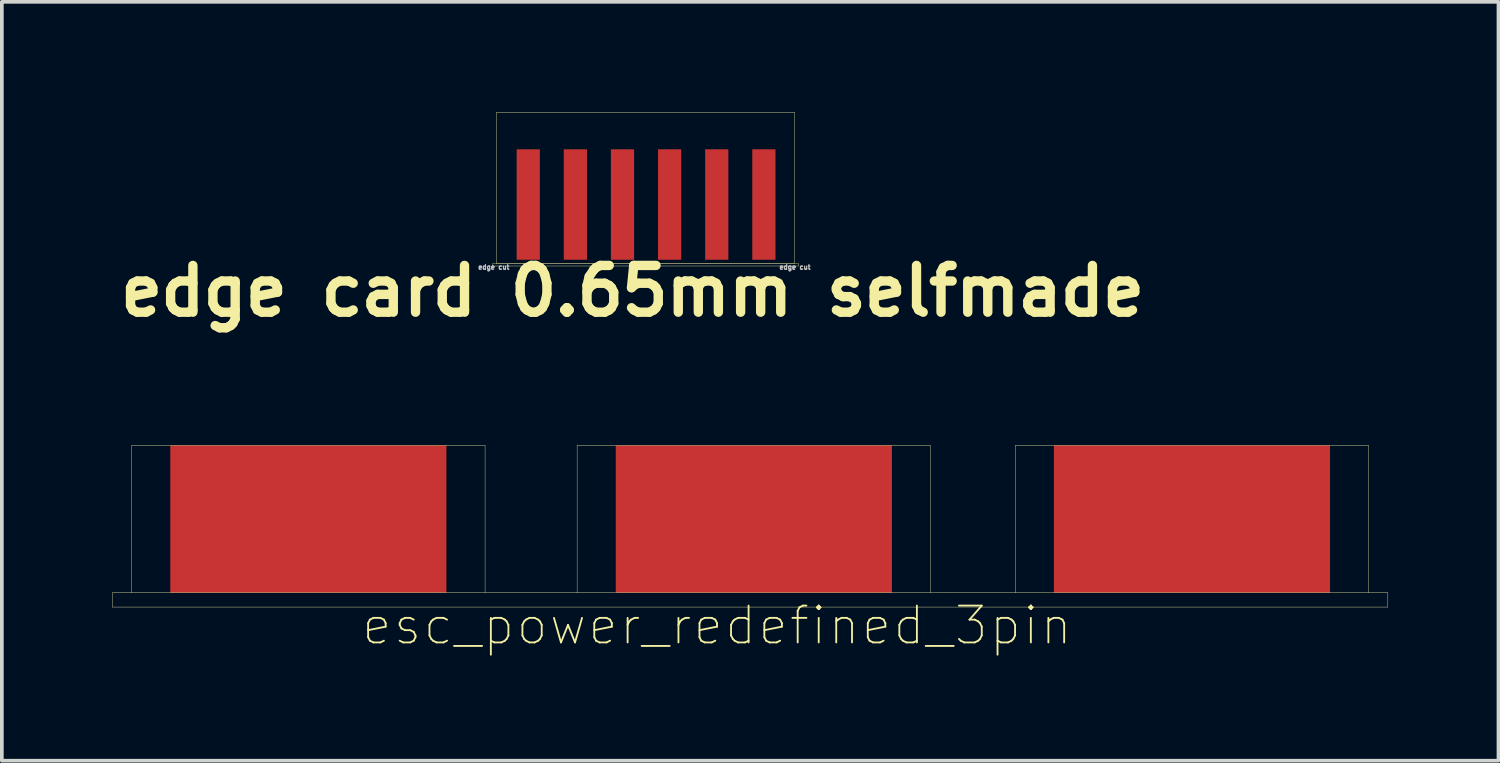
<source format=kicad_pcb>
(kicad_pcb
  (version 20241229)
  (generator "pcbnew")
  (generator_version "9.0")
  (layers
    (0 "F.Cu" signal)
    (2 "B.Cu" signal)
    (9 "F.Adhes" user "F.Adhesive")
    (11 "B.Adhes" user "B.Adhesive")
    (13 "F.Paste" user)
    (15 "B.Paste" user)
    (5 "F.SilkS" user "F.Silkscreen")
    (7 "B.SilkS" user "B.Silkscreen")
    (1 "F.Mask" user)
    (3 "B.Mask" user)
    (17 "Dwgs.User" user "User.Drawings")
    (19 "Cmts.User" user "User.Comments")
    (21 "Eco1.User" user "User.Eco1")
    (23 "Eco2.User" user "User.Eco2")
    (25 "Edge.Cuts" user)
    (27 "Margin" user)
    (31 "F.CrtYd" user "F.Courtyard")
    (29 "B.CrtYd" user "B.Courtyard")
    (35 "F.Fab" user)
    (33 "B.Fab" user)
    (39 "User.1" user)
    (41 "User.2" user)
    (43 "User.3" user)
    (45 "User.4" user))
  (footprint "esc_power_redefined_3pin"
    (layer "F.Cu")
    (at 0.525 13.049)
    (property "Reference" "esc_power_redefined_3pin" (at 15.9 0.89 0) (layer "F.SilkS") (effects (font (size 1 1) (thickness 0.05))))
    (attr through_hole)
    (fp_line (start -0.52 0) (end -0.52 0.39) (stroke (width 0.01) (type solid)) (layer "F.SilkS"))
    (fp_line (start 0 -4) (end 0 0) (stroke (width 0.01) (type solid)) (layer "F.SilkS"))
    (fp_line (start 0 0) (end -0.52 0) (stroke (width 0.01) (type solid)) (layer "F.SilkS"))
    (fp_line (start 0 0) (end 10.1 0) (stroke (width 0.01) (type solid)) (layer "F.SilkS"))
    (fp_line (start 9.6 -4) (end 0 -4) (stroke (width 0.01) (type solid)) (layer "F.SilkS"))
    (fp_line (start 9.6 0) (end 9.6 -4) (stroke (width 0.01) (type solid)) (layer "F.SilkS"))
    (fp_line (start 10.1 0) (end 12.1 0) (stroke (width 0.01) (type solid)) (layer "F.SilkS"))
    (fp_line (start 12.1 -4) (end 21.7 -4) (stroke (width 0.01) (type solid)) (layer "F.SilkS"))
    (fp_line (start 12.1 0) (end 12.1 -4) (stroke (width 0.01) (type solid)) (layer "F.SilkS"))
    (fp_line (start 12.1 0) (end 22.2 0) (stroke (width 0.01) (type solid)) (layer "F.SilkS"))
    (fp_line (start 21.7 0) (end 21.7 -4) (stroke (width 0.01) (type solid)) (layer "F.SilkS"))
    (fp_line (start 24 -4) (end 33.6 -4) (stroke (width 0.01) (type solid)) (layer "F.SilkS"))
    (fp_line (start 24 0) (end 22.2 0) (stroke (width 0.01) (type solid)) (layer "F.SilkS"))
    (fp_line (start 24 0) (end 24 -4) (stroke (width 0.01) (type solid)) (layer "F.SilkS"))
    (fp_line (start 24 0) (end 33.6 0) (stroke (width 0.01) (type solid)) (layer "F.SilkS"))
    (fp_line (start 33.6 0) (end 33.6 -4) (stroke (width 0.01) (type solid)) (layer "F.SilkS"))
    (fp_line (start 34.12 0) (end 33.6 0) (stroke (width 0.01) (type solid)) (layer "F.SilkS"))
    (fp_line (start 34.12 0) (end 34.12 0.39) (stroke (width 0.01) (type solid)) (layer "F.SilkS"))
    (fp_line (start 34.12 0.39) (end -0.52 0.39) (stroke (width 0.01) (type solid)) (layer "F.SilkS"))
    (pad "1" smd rect (at 4.8 -2) (size 7.5 4) (layers "F.Cu" "F.Mask" "B.Adhes"))
    (pad "2" smd rect (at 16.9 -2) (size 7.5 4) (layers "F.Cu" "F.Mask" "B.Adhes"))
    (pad "3" smd rect (at 28.8 -2) (size 7.5 4) (layers "F.Cu" "F.Mask" "B.Adhes")))
  (footprint "edge card 0.65mm selfmade"
    (layer "F.Cu")
    (at 10.433 4.105)
    (property "Reference" "edge card 0.65mm selfmade" (at 3.7 0.75 0) (layer "F.SilkS") (effects (font (size 1.27 1.27) (thickness 0.254))))
    (attr through_hole)
    (fp_line (start -0.1 0) (end 8.2 0) (stroke (width 0.01) (type solid)) (layer "F.SilkS"))
    (fp_line (start -0.1 0.07) (end -0.1 0) (stroke (width 0.01) (type solid)) (layer "F.SilkS"))
    (fp_line (start 0 -4.1) (end 0 0) (stroke (width 0.01) (type solid)) (layer "F.SilkS"))
    (fp_line (start 0 -4.1) (end 8.1 -4.1) (stroke (width 0.01) (type solid)) (layer "F.SilkS"))
    (fp_line (start 0 0) (end 8.1 0) (stroke (width 0.01) (type solid)) (layer "F.SilkS"))
    (fp_line (start 8.1 0) (end 8.1 -4.1) (stroke (width 0.01) (type solid)) (layer "F.SilkS"))
    (fp_line (start 8.2 0) (end 8.2 0.07) (stroke (width 0.01) (type solid)) (layer "F.SilkS"))
    (fp_line (start 8.2 0.07) (end -0.1 0.07) (stroke (width 0.01) (type solid)) (layer "F.SilkS"))
    (fp_text user "edge cut" (at 8.11 0.1 0) (layer "Dwgs.User") (effects (font (size 0.127 0.127) (thickness 0.032))))
    (fp_text user "edge cut" (at -0.07 0.1 0) (layer "Dwgs.User") (effects (font (size 0.127 0.127) (thickness 0.032))))
    (pad "1" connect rect (at 0.865 -1.6) (size 0.63 3) (layers "F.Cu" "F.Mask"))
    (pad "2" connect rect (at 2.145 -1.6) (size 0.63 3) (layers "F.Cu" "F.Mask"))
    (pad "3" connect rect (at 3.425 -1.6) (size 0.63 3) (layers "F.Cu" "F.Mask"))
    (pad "4" connect rect (at 4.705 -1.6) (size 0.63 3) (layers "F.Cu" "F.Mask"))
    (pad "5" connect rect (at 5.985 -1.6) (size 0.63 3) (layers "F.Cu" "F.Mask"))
    (pad "6" connect rect (at 7.265 -1.6) (size 0.63 3) (layers "F.Cu" "F.Mask")))
  (gr_rect
    (start -3 -3)
    (end 37.65 17.611)
    (stroke (width 0.1) (type default))
    (fill no)
    (layer "Edge.Cuts")))
</source>
